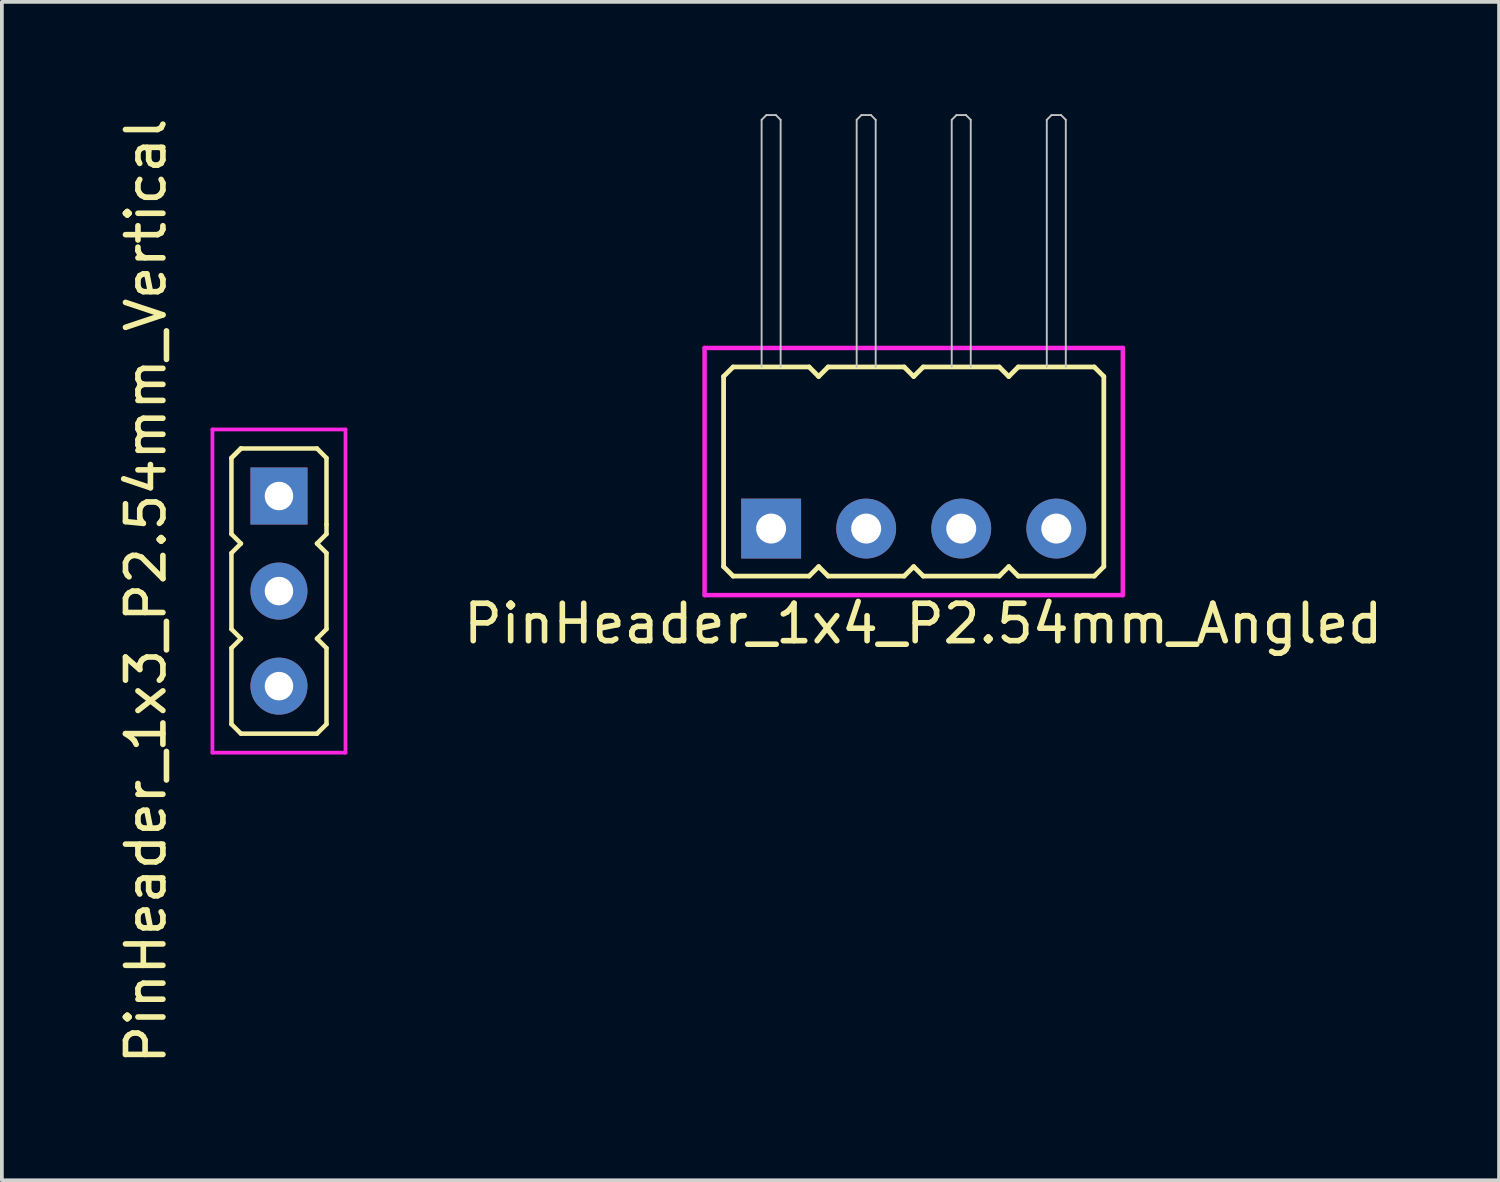
<source format=kicad_pcb>
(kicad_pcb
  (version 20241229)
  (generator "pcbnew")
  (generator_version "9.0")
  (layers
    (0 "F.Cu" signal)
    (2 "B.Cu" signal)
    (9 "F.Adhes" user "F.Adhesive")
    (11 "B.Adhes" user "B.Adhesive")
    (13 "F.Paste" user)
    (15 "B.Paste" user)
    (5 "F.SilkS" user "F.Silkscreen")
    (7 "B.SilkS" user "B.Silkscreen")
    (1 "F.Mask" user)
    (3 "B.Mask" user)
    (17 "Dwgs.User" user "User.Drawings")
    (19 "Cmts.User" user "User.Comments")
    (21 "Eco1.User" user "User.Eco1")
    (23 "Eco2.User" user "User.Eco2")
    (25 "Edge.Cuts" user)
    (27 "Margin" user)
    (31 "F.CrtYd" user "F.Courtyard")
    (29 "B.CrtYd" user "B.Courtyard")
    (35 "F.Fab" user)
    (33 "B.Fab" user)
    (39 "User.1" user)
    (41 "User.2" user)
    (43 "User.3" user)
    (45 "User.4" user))
  (footprint "PinHeader_1x3_P2.54mm_Vertical"
    (layer "F.Cu")
    (at 4.404 12.744)
    (property "Reference" "PinHeader_1x3_P2.54mm_Vertical" (at -3.556 0 90) (layer "F.SilkS") (effects (font (size 1 1) (thickness 0.15))))
    (attr through_hole)
    (fp_line (start -1.27 -3.556) (end -1.016 -3.81) (stroke (width 0.12) (type solid)) (layer "F.SilkS"))
    (fp_line (start -1.27 -3.556) (end -1.016 -3.81) (stroke (width 0.12) (type solid)) (layer "F.SilkS"))
    (fp_line (start -1.27 -1.524) (end -1.27 -3.556) (stroke (width 0.12) (type solid)) (layer "F.SilkS"))
    (fp_line (start -1.27 -1.016) (end -1.016 -1.27) (stroke (width 0.12) (type solid)) (layer "F.SilkS"))
    (fp_line (start -1.27 1.016) (end -1.27 -1.016) (stroke (width 0.12) (type solid)) (layer "F.SilkS"))
    (fp_line (start -1.27 1.524) (end -1.016 1.27) (stroke (width 0.12) (type solid)) (layer "F.SilkS"))
    (fp_line (start -1.27 3.556) (end -1.27 1.524) (stroke (width 0.12) (type solid)) (layer "F.SilkS"))
    (fp_line (start -1.016 -1.27) (end -1.27 -1.524) (stroke (width 0.12) (type solid)) (layer "F.SilkS"))
    (fp_line (start -1.016 1.27) (end -1.27 1.016) (stroke (width 0.12) (type solid)) (layer "F.SilkS"))
    (fp_line (start -1.016 3.81) (end -1.27 3.556) (stroke (width 0.12) (type solid)) (layer "F.SilkS"))
    (fp_line (start -1.016 3.81) (end 1.016 3.81) (stroke (width 0.12) (type solid)) (layer "F.SilkS"))
    (fp_line (start 1.016 -3.81) (end -1.016 -3.81) (stroke (width 0.12) (type solid)) (layer "F.SilkS"))
    (fp_line (start 1.016 -1.27) (end 1.27 -1.016) (stroke (width 0.12) (type solid)) (layer "F.SilkS"))
    (fp_line (start 1.016 1.27) (end 1.27 1.524) (stroke (width 0.12) (type solid)) (layer "F.SilkS"))
    (fp_line (start 1.27 -3.556) (end 1.016 -3.81) (stroke (width 0.12) (type solid)) (layer "F.SilkS"))
    (fp_line (start 1.27 -3.556) (end 1.27 -1.778) (stroke (width 0.12) (type solid)) (layer "F.SilkS"))
    (fp_line (start 1.27 -1.778) (end 1.27 -1.524) (stroke (width 0.12) (type solid)) (layer "F.SilkS"))
    (fp_line (start 1.27 -1.524) (end 1.016 -1.27) (stroke (width 0.12) (type solid)) (layer "F.SilkS"))
    (fp_line (start 1.27 -1.016) (end 1.27 1.016) (stroke (width 0.12) (type solid)) (layer "F.SilkS"))
    (fp_line (start 1.27 1.016) (end 1.016 1.27) (stroke (width 0.12) (type solid)) (layer "F.SilkS"))
    (fp_line (start 1.27 1.524) (end 1.27 3.556) (stroke (width 0.12) (type solid)) (layer "F.SilkS"))
    (fp_line (start 1.27 3.556) (end 1.016 3.81) (stroke (width 0.12) (type solid)) (layer "F.SilkS"))
    (fp_line (start -1.778 4.318) (end -1.778 -4.318) (stroke (width 0.1) (type solid)) (layer "F.CrtYd"))
    (fp_line (start -1.778 4.318) (end 1.778 4.318) (stroke (width 0.1) (type solid)) (layer "F.CrtYd"))
    (fp_line (start 1.778 -4.318) (end -1.778 -4.318) (stroke (width 0.1) (type solid)) (layer "F.CrtYd"))
    (fp_line (start 1.778 -4.318) (end 1.778 4.318) (stroke (width 0.1) (type solid)) (layer "F.CrtYd"))
    (pad "1" thru_hole rect (at 0 -2.54) (size 1.524 1.524) (drill 0.762) (layers "*.Cu" "*.Mask"))
    (pad "2" thru_hole oval (at 0 0) (size 1.524 1.524) (drill 0.762) (layers "*.Cu" "*.Mask"))
    (pad "3" thru_hole oval (at 0 2.54) (size 1.524 1.524) (drill 0.762) (layers "*.Cu" "*.Mask")))
  (footprint "PinHeader_1x4_P2.54mm_Angled"
    (layer "F.Cu")
    (at 21.365 11.074)
    (property "Reference" "PinHeader_1x4_P2.54mm_Angled" (at 0.254 2.54 0) (layer "F.SilkS") (effects (font (size 1 1) (thickness 0.15))))
    (attr through_hole)
    (fp_line (start -5.08 1.016) (end -5.08 -4.064) (stroke (width 0.127) (type solid)) (layer "F.SilkS"))
    (fp_line (start -4.826 -4.318) (end -5.08 -4.064) (stroke (width 0.127) (type solid)) (layer "F.SilkS"))
    (fp_line (start -4.826 -4.318) (end -2.794 -4.318) (stroke (width 0.127) (type solid)) (layer "F.SilkS"))
    (fp_line (start -4.826 1.27) (end -5.08 1.016) (stroke (width 0.127) (type solid)) (layer "F.SilkS"))
    (fp_line (start -2.794 -4.318) (end -2.54 -4.064) (stroke (width 0.127) (type solid)) (layer "F.SilkS"))
    (fp_line (start -2.794 1.27) (end -4.826 1.27) (stroke (width 0.127) (type solid)) (layer "F.SilkS"))
    (fp_line (start -2.54 -4.064) (end -2.286 -4.318) (stroke (width 0.127) (type solid)) (layer "F.SilkS"))
    (fp_line (start -2.54 1.016) (end -2.794 1.27) (stroke (width 0.127) (type solid)) (layer "F.SilkS"))
    (fp_line (start -2.286 -4.318) (end -0.254 -4.318) (stroke (width 0.127) (type solid)) (layer "F.SilkS"))
    (fp_line (start -2.286 1.27) (end -2.54 1.016) (stroke (width 0.127) (type solid)) (layer "F.SilkS"))
    (fp_line (start -0.254 -4.318) (end 0 -4.064) (stroke (width 0.127) (type solid)) (layer "F.SilkS"))
    (fp_line (start -0.254 1.27) (end -2.286 1.27) (stroke (width 0.127) (type solid)) (layer "F.SilkS"))
    (fp_line (start 0 -4.064) (end 0.254 -4.318) (stroke (width 0.127) (type solid)) (layer "F.SilkS"))
    (fp_line (start 0 1.016) (end -0.254 1.27) (stroke (width 0.127) (type solid)) (layer "F.SilkS"))
    (fp_line (start 0.254 -4.318) (end 2.286 -4.318) (stroke (width 0.127) (type solid)) (layer "F.SilkS"))
    (fp_line (start 0.254 1.27) (end 0 1.016) (stroke (width 0.127) (type solid)) (layer "F.SilkS"))
    (fp_line (start 2.286 -4.318) (end 2.54 -4.064) (stroke (width 0.127) (type solid)) (layer "F.SilkS"))
    (fp_line (start 2.286 1.27) (end 0.254 1.27) (stroke (width 0.127) (type solid)) (layer "F.SilkS"))
    (fp_line (start 2.54 -4.064) (end 2.794 -4.318) (stroke (width 0.127) (type solid)) (layer "F.SilkS"))
    (fp_line (start 2.54 1.016) (end 2.286 1.27) (stroke (width 0.127) (type solid)) (layer "F.SilkS"))
    (fp_line (start 2.794 -4.318) (end 4.826 -4.318) (stroke (width 0.127) (type solid)) (layer "F.SilkS"))
    (fp_line (start 2.794 1.27) (end 2.54 1.016) (stroke (width 0.127) (type solid)) (layer "F.SilkS"))
    (fp_line (start 4.826 -4.318) (end 5.08 -4.064) (stroke (width 0.127) (type solid)) (layer "F.SilkS"))
    (fp_line (start 4.826 1.27) (end 2.794 1.27) (stroke (width 0.127) (type solid)) (layer "F.SilkS"))
    (fp_line (start 4.826 1.27) (end 5.08 1.016) (stroke (width 0.127) (type solid)) (layer "F.SilkS"))
    (fp_line (start 5.08 1.016) (end 5.08 -4.064) (stroke (width 0.127) (type solid)) (layer "F.SilkS"))
    (fp_line (start -4.064 -10.922) (end -3.937 -11.049) (stroke (width 0.05) (type solid)) (layer "Dwgs.User"))
    (fp_line (start -4.064 -4.318) (end -4.064 -10.922) (stroke (width 0.05) (type solid)) (layer "Dwgs.User"))
    (fp_line (start -3.937 -11.049) (end -3.683 -11.049) (stroke (width 0.05) (type solid)) (layer "Dwgs.User"))
    (fp_line (start -3.683 -11.049) (end -3.556 -10.922) (stroke (width 0.05) (type solid)) (layer "Dwgs.User"))
    (fp_line (start -3.556 -10.922) (end -3.556 -4.318) (stroke (width 0.05) (type solid)) (layer "Dwgs.User"))
    (fp_line (start -1.524 -10.922) (end -1.397 -11.049) (stroke (width 0.05) (type solid)) (layer "Dwgs.User"))
    (fp_line (start -1.524 -4.318) (end -1.524 -10.922) (stroke (width 0.05) (type solid)) (layer "Dwgs.User"))
    (fp_line (start -1.397 -11.049) (end -1.143 -11.049) (stroke (width 0.05) (type solid)) (layer "Dwgs.User"))
    (fp_line (start -1.143 -11.049) (end -1.016 -10.922) (stroke (width 0.05) (type solid)) (layer "Dwgs.User"))
    (fp_line (start -1.016 -10.922) (end -1.016 -4.318) (stroke (width 0.05) (type solid)) (layer "Dwgs.User"))
    (fp_line (start 1.016 -10.922) (end 1.143 -11.049) (stroke (width 0.05) (type solid)) (layer "Dwgs.User"))
    (fp_line (start 1.016 -4.318) (end 1.016 -10.922) (stroke (width 0.05) (type solid)) (layer "Dwgs.User"))
    (fp_line (start 1.143 -11.049) (end 1.397 -11.049) (stroke (width 0.05) (type solid)) (layer "Dwgs.User"))
    (fp_line (start 1.397 -11.049) (end 1.524 -10.922) (stroke (width 0.05) (type solid)) (layer "Dwgs.User"))
    (fp_line (start 1.524 -10.922) (end 1.524 -4.318) (stroke (width 0.05) (type solid)) (layer "Dwgs.User"))
    (fp_line (start 3.556 -10.922) (end 3.683 -11.049) (stroke (width 0.05) (type solid)) (layer "Dwgs.User"))
    (fp_line (start 3.556 -4.318) (end 3.556 -10.922) (stroke (width 0.05) (type solid)) (layer "Dwgs.User"))
    (fp_line (start 3.683 -11.049) (end 3.937 -11.049) (stroke (width 0.05) (type solid)) (layer "Dwgs.User"))
    (fp_line (start 3.937 -11.049) (end 4.064 -10.922) (stroke (width 0.05) (type solid)) (layer "Dwgs.User"))
    (fp_line (start 4.064 -10.922) (end 4.064 -4.318) (stroke (width 0.05) (type solid)) (layer "Dwgs.User"))
    (fp_line (start -5.588 -4.826) (end 5.588 -4.826) (stroke (width 0.12) (type solid)) (layer "F.CrtYd"))
    (fp_line (start -5.588 1.778) (end -5.588 -4.826) (stroke (width 0.12) (type solid)) (layer "F.CrtYd"))
    (fp_line (start -5.588 1.778) (end 5.588 1.778) (stroke (width 0.12) (type solid)) (layer "F.CrtYd"))
    (fp_line (start 5.588 -4.826) (end 5.588 1.778) (stroke (width 0.12) (type solid)) (layer "F.CrtYd"))
    (pad "1" thru_hole rect (at -3.81 0) (size 1.6 1.6) (drill 0.8) (layers "*.Cu" "*.Mask"))
    (pad "2" thru_hole circle (at -1.27 0) (size 1.6 1.6) (drill 0.8) (layers "*.Cu" "*.Mask"))
    (pad "3" thru_hole circle (at 1.27 0) (size 1.6 1.6) (drill 0.8) (layers "*.Cu" "*.Mask"))
    (pad "4" thru_hole circle (at 3.81 0) (size 1.6 1.6) (drill 0.8) (layers "*.Cu" "*.Mask")))
  (gr_rect
    (start -3 -3)
    (end 37.006 28.488)
    (stroke (width 0.1) (type default))
    (fill no)
    (layer "Edge.Cuts")))
</source>
